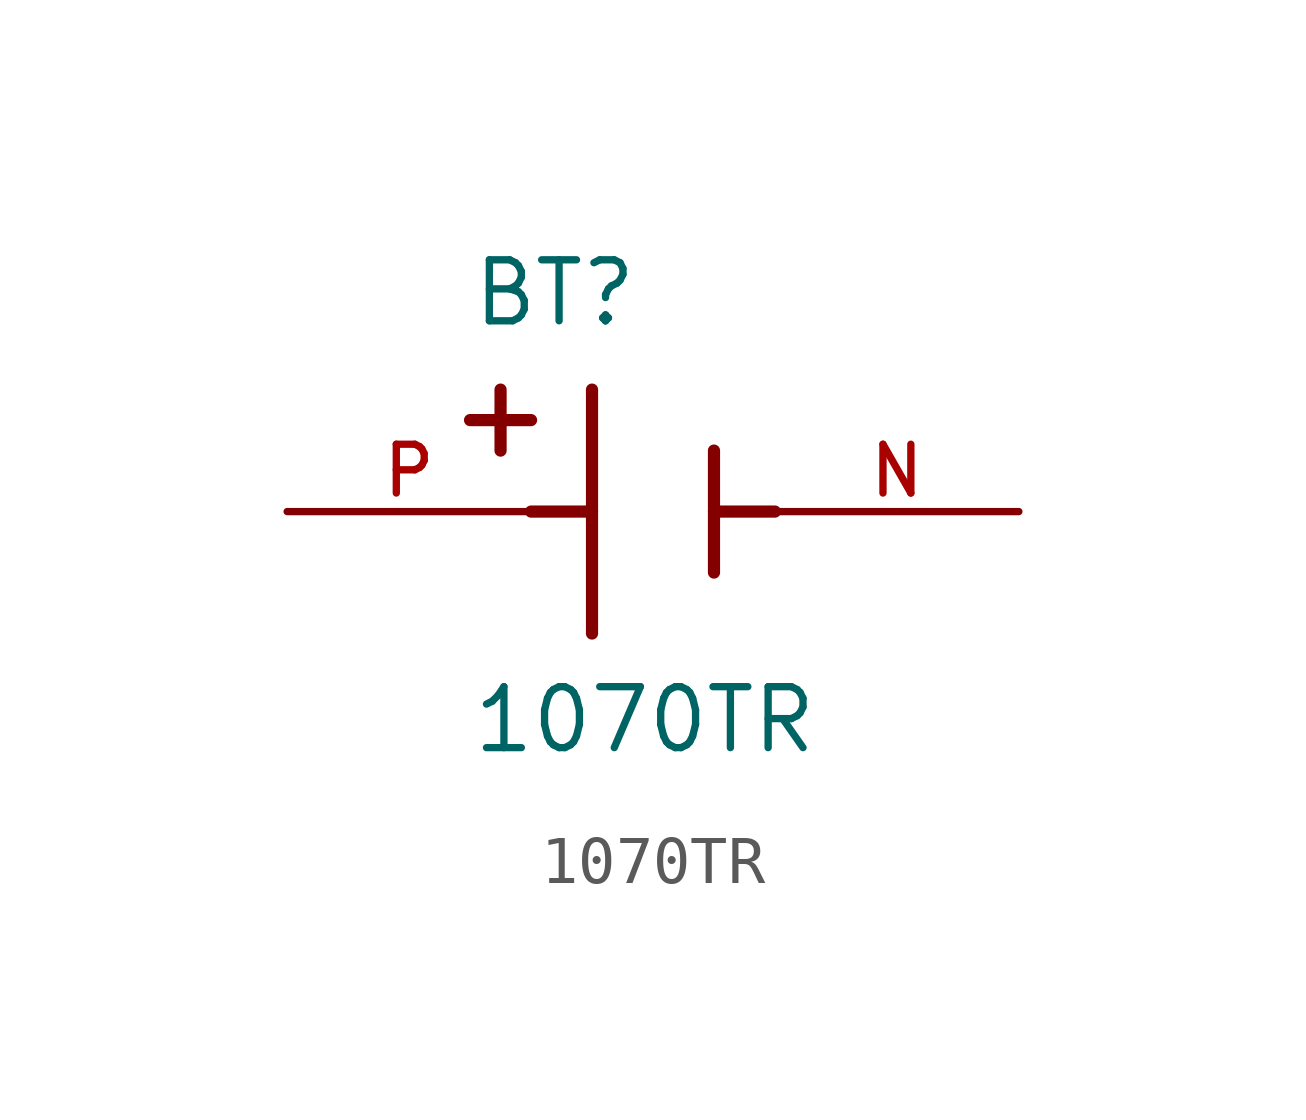
<source format=kicad_sym>
(kicad_symbol_lib
  (version 20211014)
  (generator kicad_symbol_editor)
  (symbol "1070TR"
    (pin_names
      (offset 1.016))
    (property "Reference" "BT"
      (at -3.81 3.81 0)
      (effects (font (size 1.27 1.27)) (justify bottom left)))
    (property "Value" "1070TR"
      (at -3.81 -5.08 0)
      (effects (font (size 1.27 1.27)) (justify bottom left)))
    (symbol "1070TR_0_0"
      (polyline (pts (xy -1.27 2.54) (xy -1.27 -2.54)) (stroke (width 0.254)))
      (polyline (pts (xy 1.27 1.27) (xy 1.27 -1.27)) (stroke (width 0.254)))
      (polyline (pts (xy -1.27 0.0) (xy -2.54 0.0)) (stroke (width 0.254)))
      (polyline (pts (xy 1.27 0.0) (xy 2.54 0.0)) (stroke (width 0.254)))
      (polyline (pts (xy -3.175 2.54) (xy -3.175 1.27)) (stroke (width 0.254)))
      (polyline (pts (xy -3.81 1.905) (xy -2.54 1.905)) (stroke (width 0.254)))
      (pin passive line (at -7.62 0.0 0) (length 5.08) (name "~" (effects (font (size 1.016 1.016)))) (number "P" (effects (font (size 1.016 1.016)))))
      (pin passive line (at 7.62 0.0 180.0) (length 5.08) (name "~" (effects (font (size 1.016 1.016)))) (number "N" (effects (font (size 1.016 1.016))))))))
</source>
